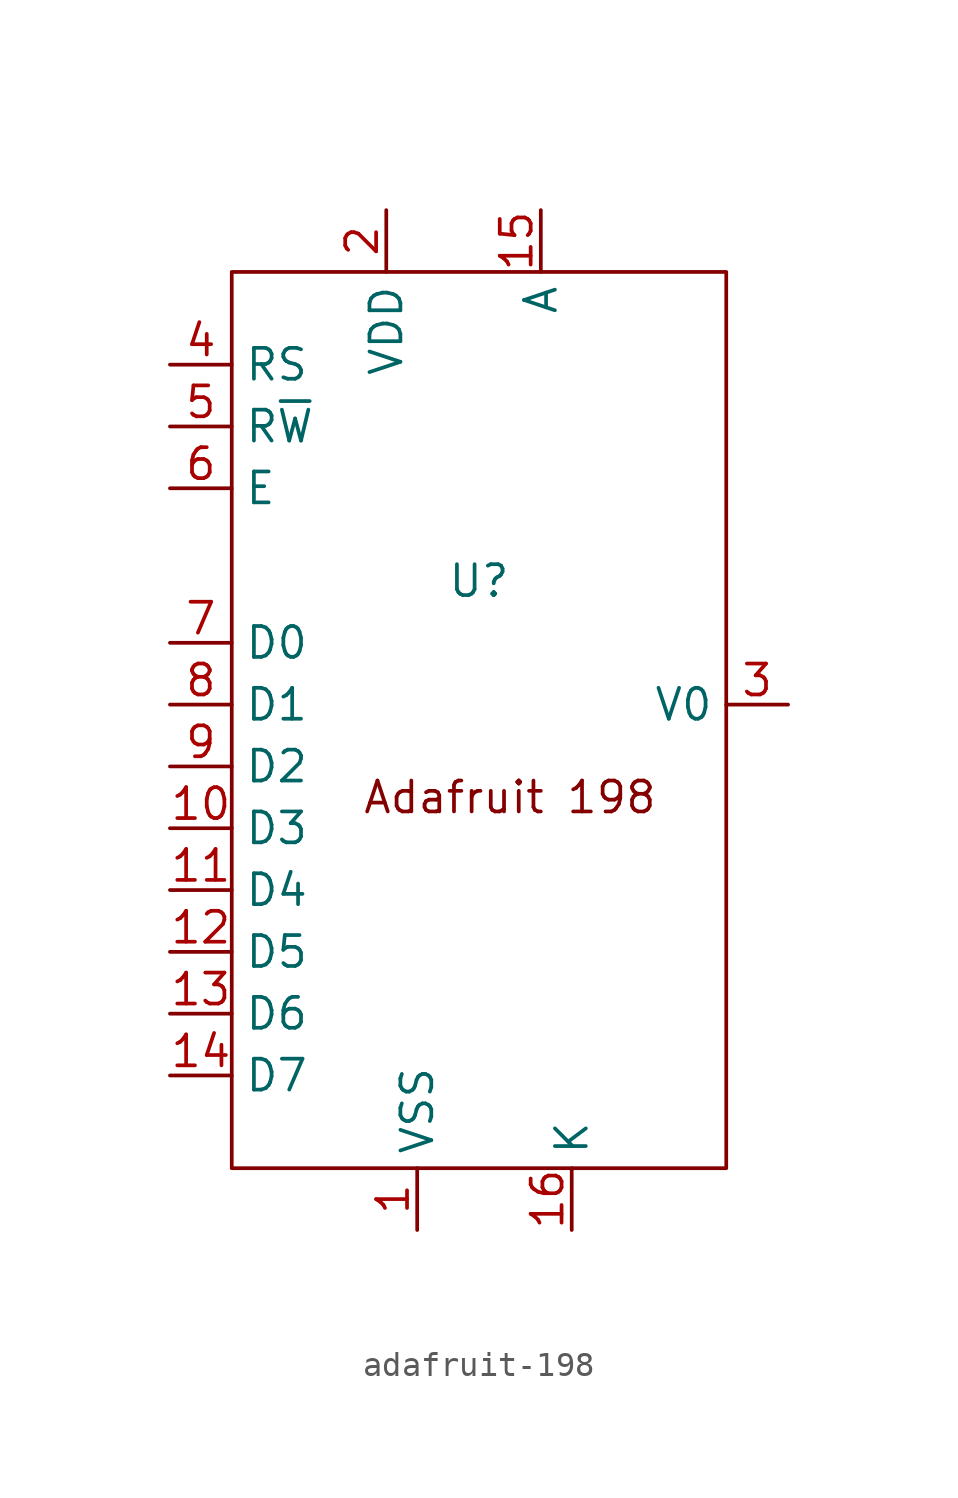
<source format=kicad_sym>
(kicad_symbol_lib
  (version 20220914)
  (generator kicad_symbol_editor)
  (symbol "adafruit-198"
    (property "Reference" "U"
      (at 2.54 -3.81 0)
      (effects (font (size 1.27 1.27))))
    (property "Value" ""
      (at 0 0 0)
      (effects (font (size 1.27 1.27))))
    (symbol "adafruit-198_0_1"
      (rectangle (start -7.62 8.89) (end 12.7 -27.94) (stroke (width 0) (type default)) (fill (type none))))
    (symbol "adafruit-198_1_1"
      (text "Adafruit 198" (at 3.81 -12.7 0) (effects (font (size 1.27 1.27))))
      (pin power_in line (at 0 -30.48 90) (length 2.54) (name "VSS" (effects (font (size 1.27 1.27)))) (number "1" (effects (font (size 1.27 1.27)))))
      (pin tri_state line (at -10.16 -13.97 0) (length 2.54) (name "D3" (effects (font (size 1.27 1.27)))) (number "10" (effects (font (size 1.27 1.27)))))
      (pin tri_state line (at -10.16 -16.51 0) (length 2.54) (name "D4" (effects (font (size 1.27 1.27)))) (number "11" (effects (font (size 1.27 1.27)))))
      (pin tri_state line (at -10.16 -19.05 0) (length 2.54) (name "D5" (effects (font (size 1.27 1.27)))) (number "12" (effects (font (size 1.27 1.27)))))
      (pin tri_state line (at -10.16 -21.59 0) (length 2.54) (name "D6" (effects (font (size 1.27 1.27)))) (number "13" (effects (font (size 1.27 1.27)))))
      (pin tri_state line (at -10.16 -24.13 0) (length 2.54) (name "D7" (effects (font (size 1.27 1.27)))) (number "14" (effects (font (size 1.27 1.27)))))
      (pin power_in line (at 5.08 11.43 270) (length 2.54) (name "A" (effects (font (size 1.27 1.27)))) (number "15" (effects (font (size 1.27 1.27)))))
      (pin power_in line (at 6.35 -30.48 90) (length 2.54) (name "K" (effects (font (size 1.27 1.27)))) (number "16" (effects (font (size 1.27 1.27)))))
      (pin power_in line (at -1.27 11.43 270) (length 2.54) (name "VDD" (effects (font (size 1.27 1.27)))) (number "2" (effects (font (size 1.27 1.27)))))
      (pin input line (at 15.24 -8.89 180) (length 2.54) (name "V0" (effects (font (size 1.27 1.27)))) (number "3" (effects (font (size 1.27 1.27)))))
      (pin input line (at -10.16 5.08 0) (length 2.54) (name "RS" (effects (font (size 1.27 1.27)))) (number "4" (effects (font (size 1.27 1.27)))))
      (pin input line (at -10.16 2.54 0) (length 2.54) (name "R~{W}" (effects (font (size 1.27 1.27)))) (number "5" (effects (font (size 1.27 1.27)))))
      (pin input line (at -10.16 0 0) (length 2.54) (name "E" (effects (font (size 1.27 1.27)))) (number "6" (effects (font (size 1.27 1.27)))))
      (pin tri_state line (at -10.16 -6.35 0) (length 2.54) (name "D0" (effects (font (size 1.27 1.27)))) (number "7" (effects (font (size 1.27 1.27)))))
      (pin tri_state line (at -10.16 -8.89 0) (length 2.54) (name "D1" (effects (font (size 1.27 1.27)))) (number "8" (effects (font (size 1.27 1.27)))))
      (pin tri_state line (at -10.16 -11.43 0) (length 2.54) (name "D2" (effects (font (size 1.27 1.27)))) (number "9" (effects (font (size 1.27 1.27))))))))
</source>
